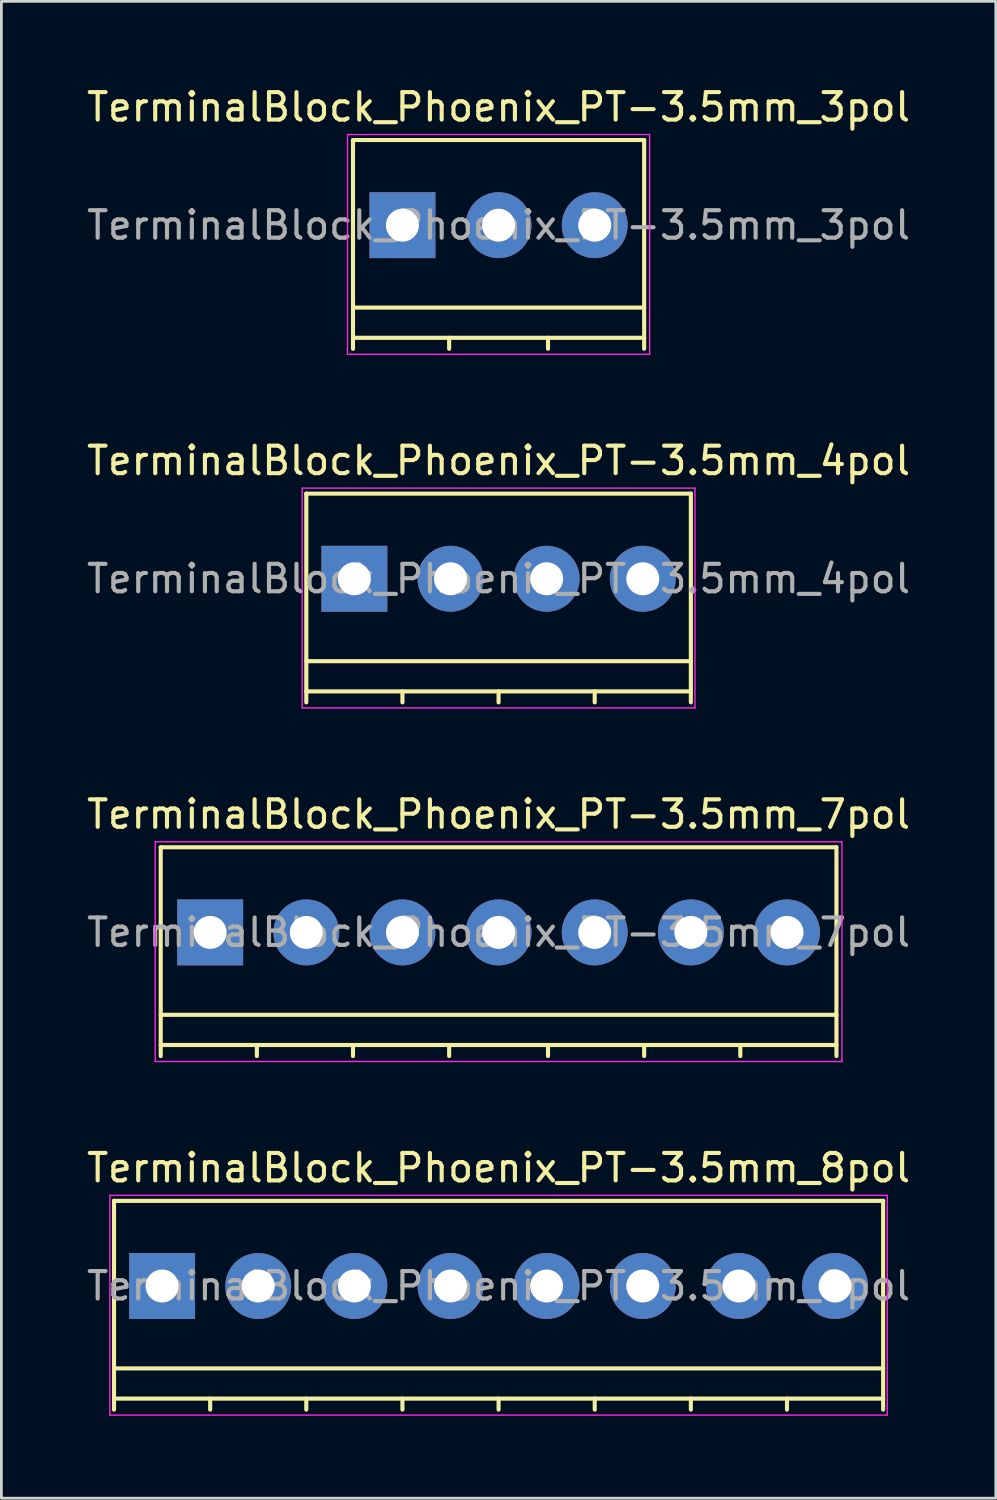
<source format=kicad_pcb>
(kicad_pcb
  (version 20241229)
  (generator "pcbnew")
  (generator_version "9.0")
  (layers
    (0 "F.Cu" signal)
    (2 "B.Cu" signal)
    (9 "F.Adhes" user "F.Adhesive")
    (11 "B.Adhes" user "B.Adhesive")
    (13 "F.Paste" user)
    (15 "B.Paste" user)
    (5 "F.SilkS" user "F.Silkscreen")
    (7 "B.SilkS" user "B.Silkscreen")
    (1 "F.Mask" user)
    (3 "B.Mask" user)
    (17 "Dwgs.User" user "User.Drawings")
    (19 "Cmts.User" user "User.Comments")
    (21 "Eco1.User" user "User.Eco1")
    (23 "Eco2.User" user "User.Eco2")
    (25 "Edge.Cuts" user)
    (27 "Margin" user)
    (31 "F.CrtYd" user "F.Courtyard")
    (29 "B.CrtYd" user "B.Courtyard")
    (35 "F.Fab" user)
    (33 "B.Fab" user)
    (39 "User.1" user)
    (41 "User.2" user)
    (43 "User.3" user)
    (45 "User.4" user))
  (footprint "TerminalBlock_Phoenix_PT-3.5mm_3pol"
    (layer "F.Cu")
    (at 11.601 5.148)
    (property "Reference" "TerminalBlock_Phoenix_PT-3.5mm_3pol" (at 3.5 -4.3 0) (layer "F.SilkS") (effects (font (size 1 1) (thickness 0.15))))
    (attr through_hole)
    (fp_line (start -1.8 -3.1) (end -1.8 4.5) (stroke (width 0.15) (type solid)) (layer "F.SilkS"))
    (fp_line (start -1.8 3) (end 8.8 3) (stroke (width 0.15) (type solid)) (layer "F.SilkS"))
    (fp_line (start -1.8 4.1) (end 8.8 4.1) (stroke (width 0.15) (type solid)) (layer "F.SilkS"))
    (fp_line (start 1.7 4.1) (end 1.7 4.5) (stroke (width 0.15) (type solid)) (layer "F.SilkS"))
    (fp_line (start 5.3 4.1) (end 5.3 4.5) (stroke (width 0.15) (type solid)) (layer "F.SilkS"))
    (fp_line (start 8.8 -3.1) (end -1.8 -3.1) (stroke (width 0.15) (type solid)) (layer "F.SilkS"))
    (fp_line (start 8.8 4.5) (end 8.8 -3.1) (stroke (width 0.15) (type solid)) (layer "F.SilkS"))
    (fp_line (start -2 -3.3) (end 9 -3.3) (stroke (width 0.05) (type solid)) (layer "F.CrtYd"))
    (fp_line (start -2 4.7) (end -2 -3.3) (stroke (width 0.05) (type solid)) (layer "F.CrtYd"))
    (fp_line (start 9 -3.3) (end 9 4.7) (stroke (width 0.05) (type solid)) (layer "F.CrtYd"))
    (fp_line (start 9 4.7) (end -2 4.7) (stroke (width 0.05) (type solid)) (layer "F.CrtYd"))
    (fp_text user "${REFERENCE}" (at 3.5 0 0) (layer "F.Fab") (effects (font (size 1 1) (thickness 0.15))))
    (pad "1" thru_hole rect (at 0 0) (size 2.4 2.4) (drill 1.2) (layers "*.Cu" "*.Mask"))
    (pad "2" thru_hole circle (at 3.5 0) (size 2.4 2.4) (drill 1.2) (layers "*.Cu" "*.Mask"))
    (pad "3" thru_hole circle (at 7 0) (size 2.4 2.4) (drill 1.2) (layers "*.Cu" "*.Mask")))
  (footprint "TerminalBlock_Phoenix_PT-3.5mm_8pol"
    (layer "F.Cu")
    (at 2.851 43.768)
    (property "Reference" "TerminalBlock_Phoenix_PT-3.5mm_8pol" (at 12.25 -4.3 0) (layer "F.SilkS") (effects (font (size 1 1) (thickness 0.15))))
    (attr through_hole)
    (fp_line (start -1.75 -3.1) (end -1.75 4.5) (stroke (width 0.15) (type solid)) (layer "F.SilkS"))
    (fp_line (start -1.75 3) (end 26.25 3) (stroke (width 0.15) (type solid)) (layer "F.SilkS"))
    (fp_line (start -1.75 4.1) (end 26.25 4.1) (stroke (width 0.15) (type solid)) (layer "F.SilkS"))
    (fp_line (start 1.75 4.1) (end 1.75 4.5) (stroke (width 0.15) (type solid)) (layer "F.SilkS"))
    (fp_line (start 5.25 4.1) (end 5.25 4.5) (stroke (width 0.15) (type solid)) (layer "F.SilkS"))
    (fp_line (start 8.75 4.1) (end 8.75 4.5) (stroke (width 0.15) (type solid)) (layer "F.SilkS"))
    (fp_line (start 12.25 4.1) (end 12.25 4.5) (stroke (width 0.15) (type solid)) (layer "F.SilkS"))
    (fp_line (start 15.75 4.1) (end 15.75 4.5) (stroke (width 0.15) (type solid)) (layer "F.SilkS"))
    (fp_line (start 19.25 4.1) (end 19.25 4.5) (stroke (width 0.15) (type solid)) (layer "F.SilkS"))
    (fp_line (start 22.75 4.1) (end 22.75 4.5) (stroke (width 0.15) (type solid)) (layer "F.SilkS"))
    (fp_line (start 26.25 -3.1) (end -1.75 -3.1) (stroke (width 0.15) (type solid)) (layer "F.SilkS"))
    (fp_line (start 26.25 4.5) (end 26.25 -3.1) (stroke (width 0.15) (type solid)) (layer "F.SilkS"))
    (fp_line (start -1.9 -3.3) (end 26.4 -3.3) (stroke (width 0.05) (type solid)) (layer "F.CrtYd"))
    (fp_line (start -1.9 4.7) (end -1.9 -3.3) (stroke (width 0.05) (type solid)) (layer "F.CrtYd"))
    (fp_line (start 26.4 -3.3) (end 26.4 4.7) (stroke (width 0.05) (type solid)) (layer "F.CrtYd"))
    (fp_line (start 26.4 4.7) (end -1.9 4.7) (stroke (width 0.05) (type solid)) (layer "F.CrtYd"))
    (fp_text user "${REFERENCE}" (at 12.25 0 0) (layer "F.Fab") (effects (font (size 1 1) (thickness 0.15))))
    (pad "1" thru_hole rect (at 0 0) (size 2.4 2.4) (drill 1.2) (layers "*.Cu" "*.Mask"))
    (pad "2" thru_hole circle (at 3.5 0) (size 2.4 2.4) (drill 1.2) (layers "*.Cu" "*.Mask"))
    (pad "3" thru_hole circle (at 7 0) (size 2.4 2.4) (drill 1.2) (layers "*.Cu" "*.Mask"))
    (pad "4" thru_hole circle (at 10.5 0) (size 2.4 2.4) (drill 1.2) (layers "*.Cu" "*.Mask"))
    (pad "5" thru_hole circle (at 14 0) (size 2.4 2.4) (drill 1.2) (layers "*.Cu" "*.Mask"))
    (pad "6" thru_hole circle (at 17.5 0) (size 2.4 2.4) (drill 1.2) (layers "*.Cu" "*.Mask"))
    (pad "7" thru_hole circle (at 21 0) (size 2.4 2.4) (drill 1.2) (layers "*.Cu" "*.Mask"))
    (pad "8" thru_hole circle (at 24.5 0) (size 2.4 2.4) (drill 1.2) (layers "*.Cu" "*.Mask")))
  (footprint "TerminalBlock_Phoenix_PT-3.5mm_7pol"
    (layer "F.Cu")
    (at 4.601 30.895)
    (property "Reference" "TerminalBlock_Phoenix_PT-3.5mm_7pol" (at 10.5 -4.3 0) (layer "F.SilkS") (effects (font (size 1 1) (thickness 0.15))))
    (attr through_hole)
    (fp_line (start -1.8 -3.1) (end -1.8 4.5) (stroke (width 0.15) (type solid)) (layer "F.SilkS"))
    (fp_line (start -1.8 3) (end 22.8 3) (stroke (width 0.15) (type solid)) (layer "F.SilkS"))
    (fp_line (start -1.8 4.1) (end 22.8 4.1) (stroke (width 0.15) (type solid)) (layer "F.SilkS"))
    (fp_line (start 1.7 4.1) (end 1.7 4.5) (stroke (width 0.15) (type solid)) (layer "F.SilkS"))
    (fp_line (start 5.2 4.1) (end 5.2 4.5) (stroke (width 0.15) (type solid)) (layer "F.SilkS"))
    (fp_line (start 8.7 4.1) (end 8.7 4.5) (stroke (width 0.15) (type solid)) (layer "F.SilkS"))
    (fp_line (start 12.3 4.1) (end 12.3 4.5) (stroke (width 0.15) (type solid)) (layer "F.SilkS"))
    (fp_line (start 15.8 4.1) (end 15.8 4.5) (stroke (width 0.15) (type solid)) (layer "F.SilkS"))
    (fp_line (start 19.3 4.1) (end 19.3 4.5) (stroke (width 0.15) (type solid)) (layer "F.SilkS"))
    (fp_line (start 22.8 -3.1) (end -1.8 -3.1) (stroke (width 0.15) (type solid)) (layer "F.SilkS"))
    (fp_line (start 22.8 4.5) (end 22.8 -3.1) (stroke (width 0.15) (type solid)) (layer "F.SilkS"))
    (fp_line (start -2 -3.3) (end 23 -3.3) (stroke (width 0.05) (type solid)) (layer "F.CrtYd"))
    (fp_line (start -2 4.7) (end -2 -3.3) (stroke (width 0.05) (type solid)) (layer "F.CrtYd"))
    (fp_line (start 23 -3.3) (end 23 4.7) (stroke (width 0.05) (type solid)) (layer "F.CrtYd"))
    (fp_line (start 23 4.7) (end -2 4.7) (stroke (width 0.05) (type solid)) (layer "F.CrtYd"))
    (fp_text user "${REFERENCE}" (at 10.5 0 0) (layer "F.Fab") (effects (font (size 1 1) (thickness 0.15))))
    (pad "1" thru_hole rect (at 0 0) (size 2.4 2.4) (drill 1.2) (layers "*.Cu" "*.Mask"))
    (pad "2" thru_hole circle (at 3.5 0) (size 2.4 2.4) (drill 1.2) (layers "*.Cu" "*.Mask"))
    (pad "3" thru_hole circle (at 7 0) (size 2.4 2.4) (drill 1.2) (layers "*.Cu" "*.Mask"))
    (pad "4" thru_hole circle (at 10.5 0) (size 2.4 2.4) (drill 1.2) (layers "*.Cu" "*.Mask"))
    (pad "5" thru_hole circle (at 14 0) (size 2.4 2.4) (drill 1.2) (layers "*.Cu" "*.Mask"))
    (pad "6" thru_hole circle (at 17.5 0) (size 2.4 2.4) (drill 1.2) (layers "*.Cu" "*.Mask"))
    (pad "7" thru_hole circle (at 21 0) (size 2.4 2.4) (drill 1.2) (layers "*.Cu" "*.Mask")))
  (footprint "TerminalBlock_Phoenix_PT-3.5mm_4pol"
    (layer "F.Cu")
    (at 9.851 18.021)
    (property "Reference" "TerminalBlock_Phoenix_PT-3.5mm_4pol" (at 5.25 -4.3 0) (layer "F.SilkS") (effects (font (size 1 1) (thickness 0.15))))
    (attr through_hole)
    (fp_line (start -1.75 -3.1) (end -1.75 4.5) (stroke (width 0.15) (type solid)) (layer "F.SilkS"))
    (fp_line (start -1.75 3) (end 12.25 3) (stroke (width 0.15) (type solid)) (layer "F.SilkS"))
    (fp_line (start -1.75 4.1) (end 12.25 4.1) (stroke (width 0.15) (type solid)) (layer "F.SilkS"))
    (fp_line (start 1.75 4.1) (end 1.75 4.5) (stroke (width 0.15) (type solid)) (layer "F.SilkS"))
    (fp_line (start 5.25 4.1) (end 5.25 4.5) (stroke (width 0.15) (type solid)) (layer "F.SilkS"))
    (fp_line (start 8.75 4.1) (end 8.75 4.5) (stroke (width 0.15) (type solid)) (layer "F.SilkS"))
    (fp_line (start 12.25 -3.1) (end -1.75 -3.1) (stroke (width 0.15) (type solid)) (layer "F.SilkS"))
    (fp_line (start 12.25 4.5) (end 12.25 -3.1) (stroke (width 0.15) (type solid)) (layer "F.SilkS"))
    (fp_line (start -1.9 -3.3) (end 12.4 -3.3) (stroke (width 0.05) (type solid)) (layer "F.CrtYd"))
    (fp_line (start -1.9 4.7) (end -1.9 -3.3) (stroke (width 0.05) (type solid)) (layer "F.CrtYd"))
    (fp_line (start 12.4 -3.3) (end 12.4 4.7) (stroke (width 0.05) (type solid)) (layer "F.CrtYd"))
    (fp_line (start 12.4 4.7) (end -1.9 4.7) (stroke (width 0.05) (type solid)) (layer "F.CrtYd"))
    (fp_text user "${REFERENCE}" (at 5.25 0 0) (layer "F.Fab") (effects (font (size 1 1) (thickness 0.15))))
    (pad "1" thru_hole rect (at 0 0) (size 2.4 2.4) (drill 1.2) (layers "*.Cu" "*.Mask"))
    (pad "2" thru_hole circle (at 3.5 0) (size 2.4 2.4) (drill 1.2) (layers "*.Cu" "*.Mask"))
    (pad "3" thru_hole circle (at 7 0) (size 2.4 2.4) (drill 1.2) (layers "*.Cu" "*.Mask"))
    (pad "4" thru_hole circle (at 10.5 0) (size 2.4 2.4) (drill 1.2) (layers "*.Cu" "*.Mask")))
  (gr_rect
    (start -3 -3)
    (end 33.202 51.493)
    (stroke (width 0.1) (type default))
    (fill no)
    (layer "Edge.Cuts")))
</source>
